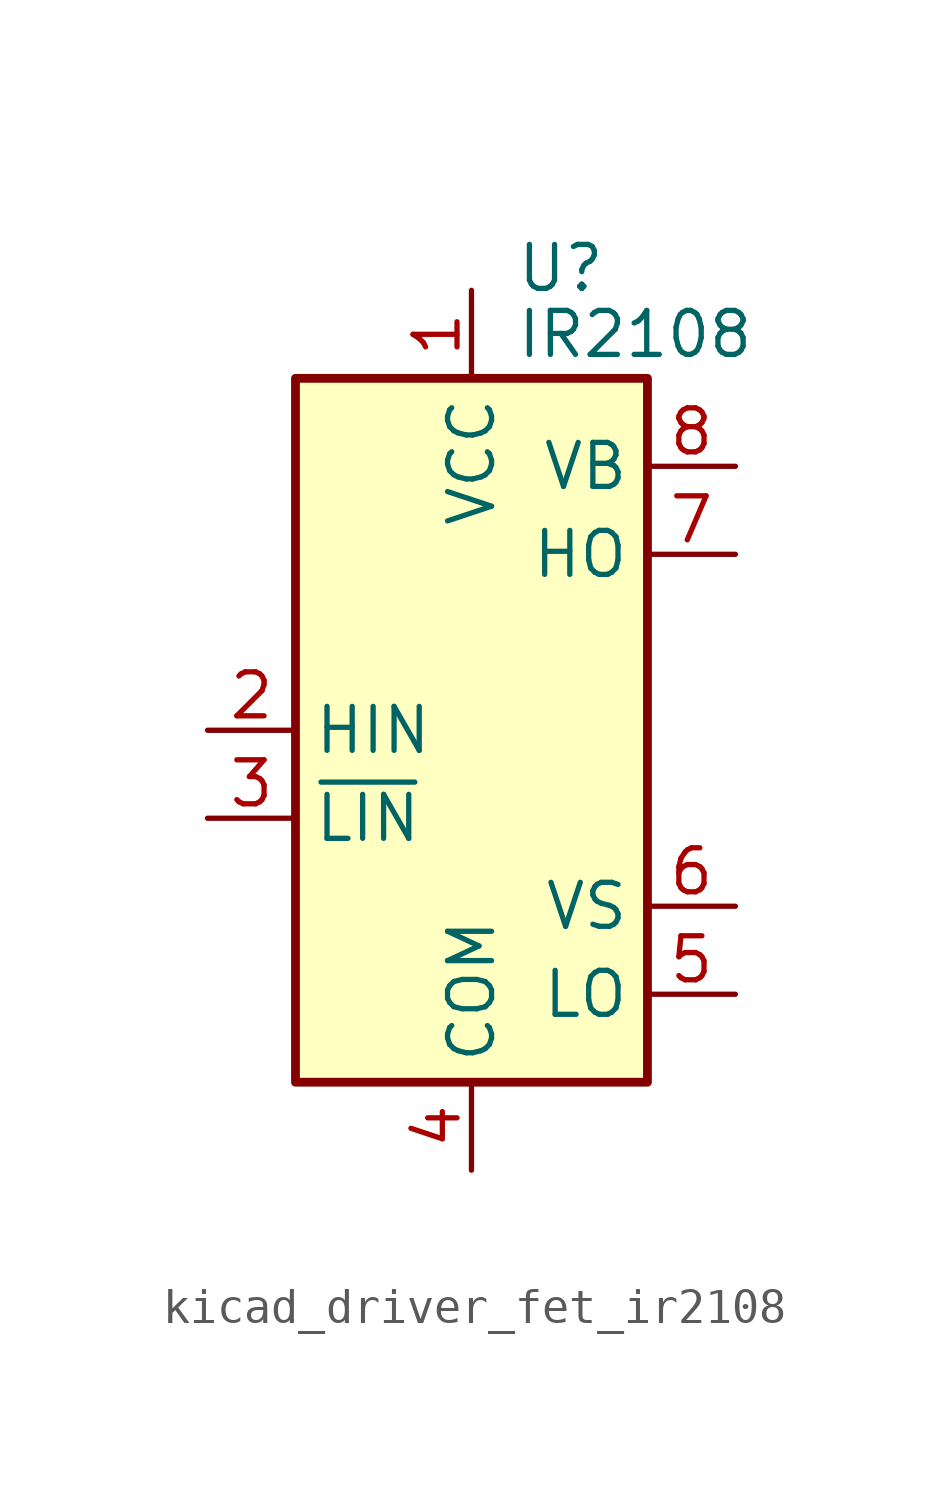
<source format=kicad_sym>
(kicad_symbol_lib
  (version 20220914)
  (generator kicad_symbol_editor)
  (symbol "kicad_driver_fet_ir2108"
    (property "Reference" "U"
      (at 1.27 13.335 0)
      (effects (font (size 1.27 1.27)) (justify left)))
    (property "Value" "IR2108"
      (at 1.27 11.43 0)
      (effects (font (size 1.27 1.27)) (justify left)))
    (symbol "kicad_driver_fet_ir2108_0_1"
      (rectangle (start -5.08 -10.16) (end 5.08 10.16) (stroke (width 0.254) (type default)) (fill (type background))))
    (symbol "kicad_driver_fet_ir2108_1_1"
      (pin power_in line (at 0 12.7 270) (length 2.54) (name "VCC" (effects (font (size 1.27 1.27)))) (number "1" (effects (font (size 1.27 1.27)))))
      (pin input line (at -7.62 0 0) (length 2.54) (name "HIN" (effects (font (size 1.27 1.27)))) (number "2" (effects (font (size 1.27 1.27)))))
      (pin input line (at -7.62 -2.54 0) (length 2.54) (name "~{LIN}" (effects (font (size 1.27 1.27)))) (number "3" (effects (font (size 1.27 1.27)))))
      (pin power_in line (at 0 -12.7 90) (length 2.54) (name "COM" (effects (font (size 1.27 1.27)))) (number "4" (effects (font (size 1.27 1.27)))))
      (pin output line (at 7.62 -7.62 180) (length 2.54) (name "LO" (effects (font (size 1.27 1.27)))) (number "5" (effects (font (size 1.27 1.27)))))
      (pin passive line (at 7.62 -5.08 180) (length 2.54) (name "VS" (effects (font (size 1.27 1.27)))) (number "6" (effects (font (size 1.27 1.27)))))
      (pin output line (at 7.62 5.08 180) (length 2.54) (name "HO" (effects (font (size 1.27 1.27)))) (number "7" (effects (font (size 1.27 1.27)))))
      (pin passive line (at 7.62 7.62 180) (length 2.54) (name "VB" (effects (font (size 1.27 1.27)))) (number "8" (effects (font (size 1.27 1.27))))))))
</source>
